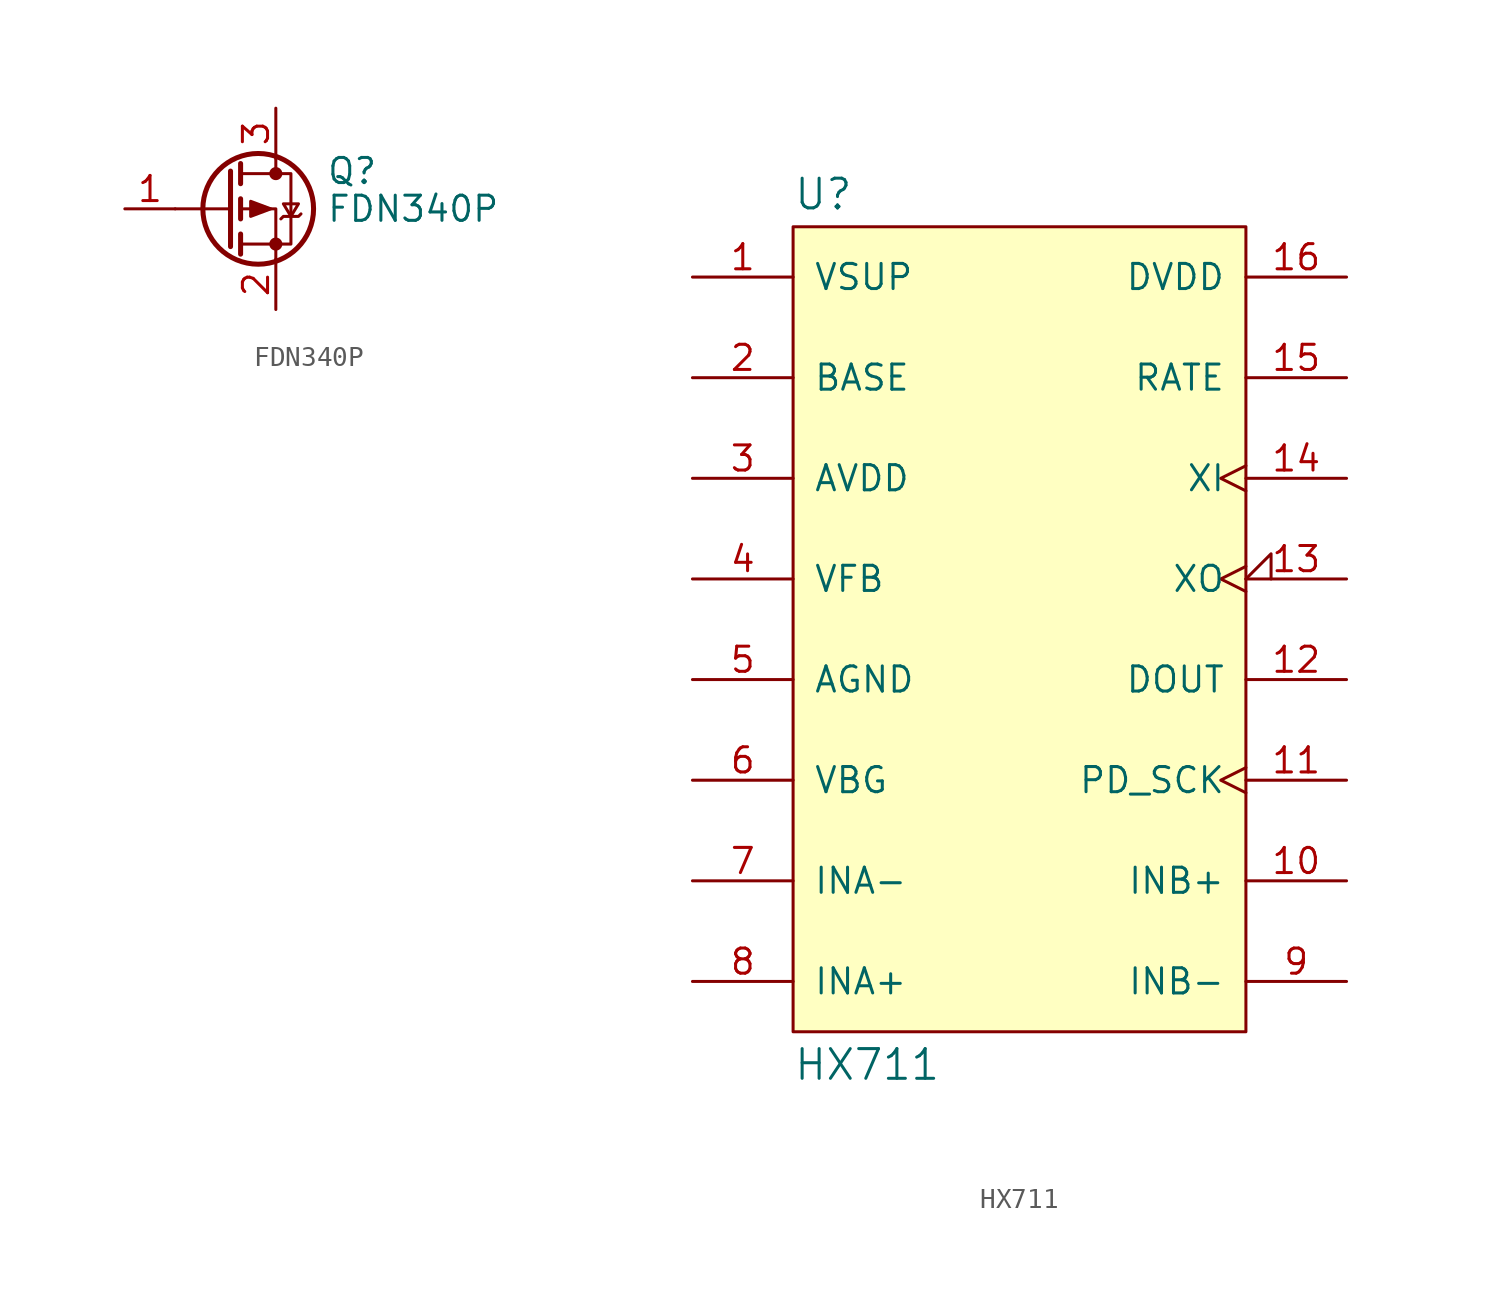
<source format=kicad_sym>
(kicad_symbol_lib
  (version 20211014)
  (generator kicad_symbol_editor)
  (symbol "FDN340P"
    (pin_names hide)
    (property "Reference" "Q"
      (at 5.08 1.905 0)
      (effects (font (size 1.27 1.27)) (justify left)))
    (property "Value" "FDN340P"
      (at 5.08 0 0)
      (effects (font (size 1.27 1.27)) (justify left)))
    (symbol "FDN340P_0_1"
      (polyline (pts (xy 0.254 0) (xy -2.54 0)) (stroke (width 0) (type default) (color 0 0 0 0)) (fill (type none)))
      (polyline (pts (xy 0.254 1.905) (xy 0.254 -1.905)) (stroke (width 0.254) (type default) (color 0 0 0 0)) (fill (type none)))
      (polyline (pts (xy 0.762 -1.27) (xy 0.762 -2.286)) (stroke (width 0.254) (type default) (color 0 0 0 0)) (fill (type none)))
      (polyline (pts (xy 0.762 0.508) (xy 0.762 -0.508)) (stroke (width 0.254) (type default) (color 0 0 0 0)) (fill (type none)))
      (polyline (pts (xy 0.762 2.286) (xy 0.762 1.27)) (stroke (width 0.254) (type default) (color 0 0 0 0)) (fill (type none)))
      (polyline (pts (xy 2.54 2.54) (xy 2.54 1.778)) (stroke (width 0) (type default) (color 0 0 0 0)) (fill (type none)))
      (polyline (pts (xy 2.54 -2.54) (xy 2.54 0) (xy 0.762 0)) (stroke (width 0) (type default) (color 0 0 0 0)) (fill (type none)))
      (polyline (pts (xy 0.762 1.778) (xy 3.302 1.778) (xy 3.302 -1.778) (xy 0.762 -1.778)) (stroke (width 0) (type default) (color 0 0 0 0)) (fill (type none)))
      (polyline (pts (xy 2.286 0) (xy 1.27 0.381) (xy 1.27 -0.381) (xy 2.286 0)) (stroke (width 0) (type default) (color 0 0 0 0)) (fill (type outline)))
      (polyline (pts (xy 2.794 -0.508) (xy 2.921 -0.381) (xy 3.683 -0.381) (xy 3.81 -0.254)) (stroke (width 0) (type default) (color 0 0 0 0)) (fill (type none)))
      (polyline (pts (xy 3.302 -0.381) (xy 2.921 0.254) (xy 3.683 0.254) (xy 3.302 -0.381)) (stroke (width 0) (type default) (color 0 0 0 0)) (fill (type none)))
      (circle (center 1.651 0) (radius 2.794) (stroke (width 0.254) (type default) (color 0 0 0 0)) (fill (type none)))
      (circle (center 2.54 -1.778) (radius 0.254) (stroke (width 0) (type default) (color 0 0 0 0)) (fill (type outline)))
      (circle (center 2.54 1.778) (radius 0.254) (stroke (width 0) (type default) (color 0 0 0 0)) (fill (type outline))))
    (symbol "FDN340P_1_1"
      (pin input line (at -5.08 0 0) (length 2.54) (name "G" (effects (font (size 1.27 1.27)))) (number "1" (effects (font (size 1.27 1.27)))))
      (pin passive line (at 2.54 -5.08 90) (length 2.54) (name "S" (effects (font (size 1.27 1.27)))) (number "2" (effects (font (size 1.27 1.27)))))
      (pin passive line (at 2.54 5.08 270) (length 2.54) (name "D" (effects (font (size 1.27 1.27)))) (number "3" (effects (font (size 1.27 1.27)))))))
  (symbol "HX711"
    (pin_names
      (offset 1.016))
    (property "Reference" "U"
      (at -12.7 21.082 0)
      (effects (font (size 1.499 1.499)) (justify left bottom)))
    (property "Value" "HX711"
      (at -12.7 -22.86 0)
      (effects (font (size 1.499 1.499)) (justify left bottom)))
    (symbol "HX711_1_0"
      (rectangle (start -12.7 20.32) (end 10.16 -20.32) (stroke (width 0) (type default) (color 0 0 0 0)) (fill (type background)))
      (pin power_in line (at -17.78 17.78 0) (length 5.08) (name "VSUP" (effects (font (size 1.27 1.27)))) (number "1" (effects (font (size 1.27 1.27)))))
      (pin input line (at 15.24 -12.7 180) (length 5.08) (name "INB+" (effects (font (size 1.27 1.27)))) (number "10" (effects (font (size 1.27 1.27)))))
      (pin input clock (at 15.24 -7.62 180) (length 5.08) (name "PD_SCK" (effects (font (size 1.27 1.27)))) (number "11" (effects (font (size 1.27 1.27)))))
      (pin output line (at 15.24 -2.54 180) (length 5.08) (name "DOUT" (effects (font (size 1.27 1.27)))) (number "12" (effects (font (size 1.27 1.27)))))
      (pin output clock_low (at 15.24 2.54 180) (length 5.08) (name "XO" (effects (font (size 1.27 1.27)))) (number "13" (effects (font (size 1.27 1.27)))))
      (pin input clock (at 15.24 7.62 180) (length 5.08) (name "XI" (effects (font (size 1.27 1.27)))) (number "14" (effects (font (size 1.27 1.27)))))
      (pin input line (at 15.24 12.7 180) (length 5.08) (name "RATE" (effects (font (size 1.27 1.27)))) (number "15" (effects (font (size 1.27 1.27)))))
      (pin power_in line (at 15.24 17.78 180) (length 5.08) (name "DVDD" (effects (font (size 1.27 1.27)))) (number "16" (effects (font (size 1.27 1.27)))))
      (pin output line (at -17.78 12.7 0) (length 5.08) (name "BASE" (effects (font (size 1.27 1.27)))) (number "2" (effects (font (size 1.27 1.27)))))
      (pin power_in line (at -17.78 7.62 0) (length 5.08) (name "AVDD" (effects (font (size 1.27 1.27)))) (number "3" (effects (font (size 1.27 1.27)))))
      (pin input line (at -17.78 2.54 0) (length 5.08) (name "VFB" (effects (font (size 1.27 1.27)))) (number "4" (effects (font (size 1.27 1.27)))))
      (pin power_in line (at -17.78 -2.54 0) (length 5.08) (name "AGND" (effects (font (size 1.27 1.27)))) (number "5" (effects (font (size 1.27 1.27)))))
      (pin output line (at -17.78 -7.62 0) (length 5.08) (name "VBG" (effects (font (size 1.27 1.27)))) (number "6" (effects (font (size 1.27 1.27)))))
      (pin input line (at -17.78 -12.7 0) (length 5.08) (name "INA-" (effects (font (size 1.27 1.27)))) (number "7" (effects (font (size 1.27 1.27)))))
      (pin input line (at -17.78 -17.78 0) (length 5.08) (name "INA+" (effects (font (size 1.27 1.27)))) (number "8" (effects (font (size 1.27 1.27)))))
      (pin input line (at 15.24 -17.78 180) (length 5.08) (name "INB-" (effects (font (size 1.27 1.27)))) (number "9" (effects (font (size 1.27 1.27))))))))
</source>
